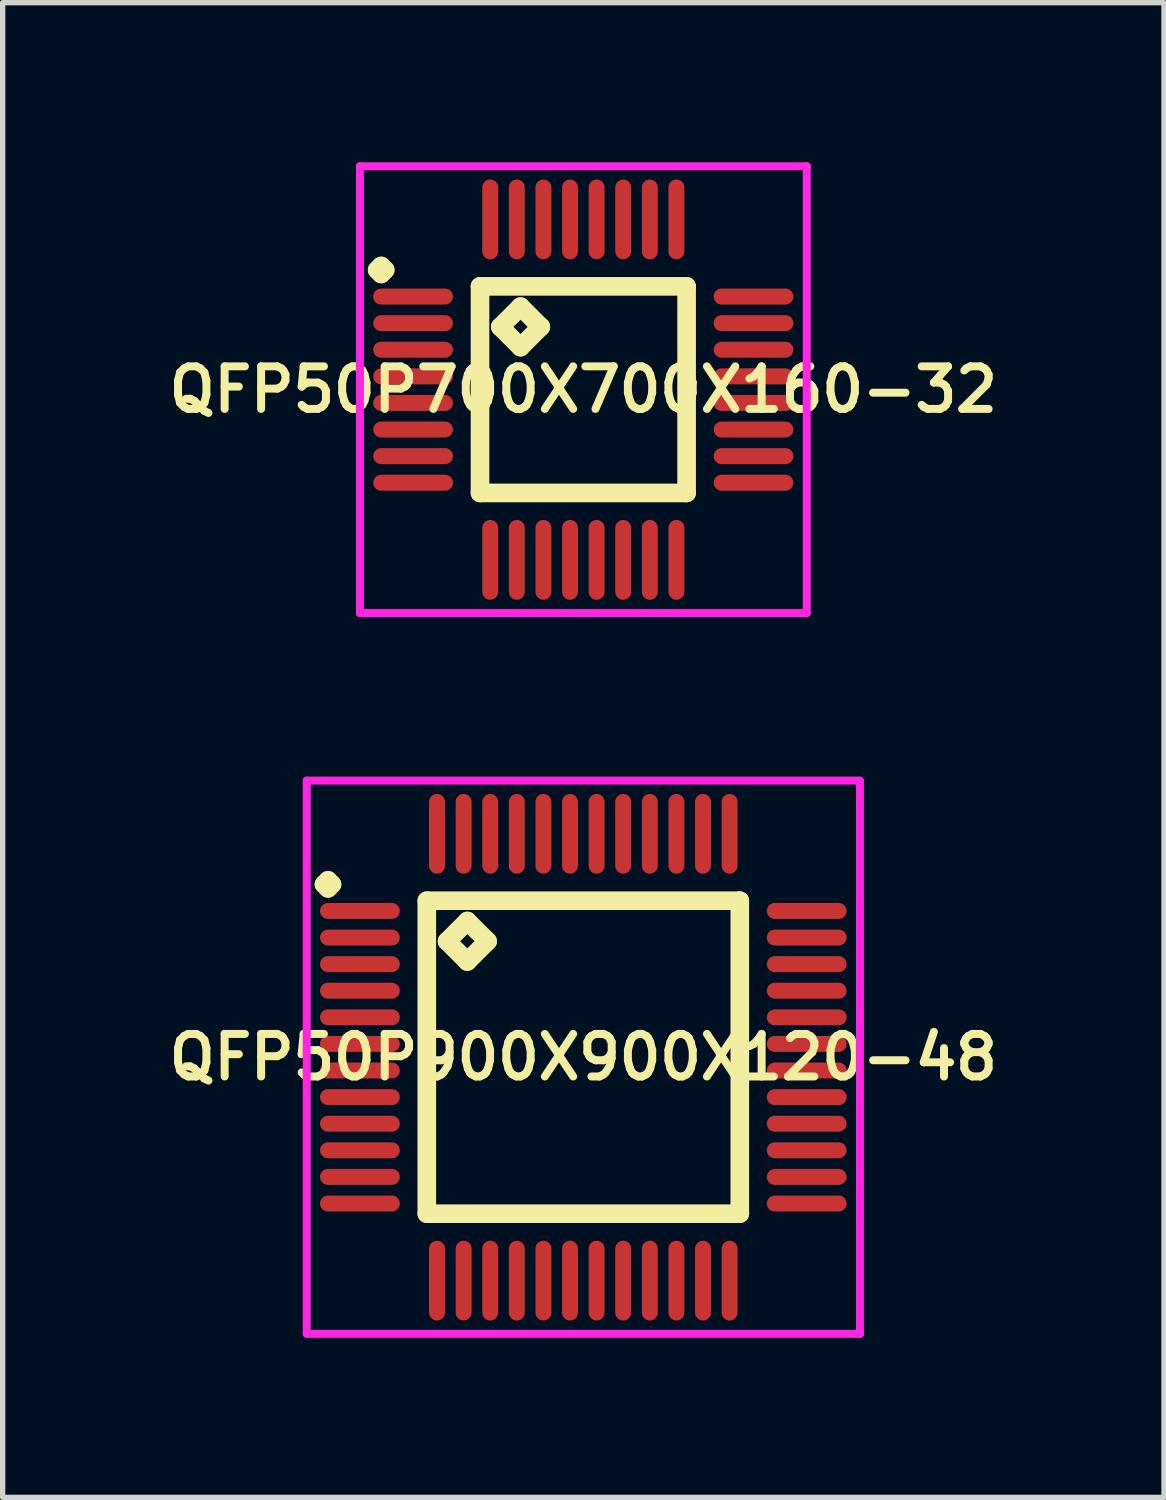
<source format=kicad_pcb>
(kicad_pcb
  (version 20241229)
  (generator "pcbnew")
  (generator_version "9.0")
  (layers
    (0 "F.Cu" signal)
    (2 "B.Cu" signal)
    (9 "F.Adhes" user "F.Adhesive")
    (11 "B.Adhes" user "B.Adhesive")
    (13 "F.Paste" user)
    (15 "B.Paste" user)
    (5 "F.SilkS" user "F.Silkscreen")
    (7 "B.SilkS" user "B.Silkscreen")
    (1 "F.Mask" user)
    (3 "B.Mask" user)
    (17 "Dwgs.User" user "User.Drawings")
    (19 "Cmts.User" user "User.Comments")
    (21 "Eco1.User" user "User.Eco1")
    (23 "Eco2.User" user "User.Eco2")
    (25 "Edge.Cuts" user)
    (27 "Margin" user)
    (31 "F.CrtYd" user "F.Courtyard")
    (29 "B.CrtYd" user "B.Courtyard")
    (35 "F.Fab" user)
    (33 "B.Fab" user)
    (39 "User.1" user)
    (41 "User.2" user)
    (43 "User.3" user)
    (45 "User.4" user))
  (footprint "QFP50P900X900X120-48"
    (layer "F.Cu")
    (at 7.916 16.825)
    (property "Reference" "QFP50P900X900X120-48" (at 0 0 0) (layer "F.SilkS") (effects (font (size 0.8 0.8) (thickness 0.15))))
    (attr smd)
    (fp_line (start -4.875 -3.25) (end -4.8 -3.325) (stroke (width 0.35) (type solid)) (layer "F.SilkS"))
    (fp_line (start -4.8 -3.325) (end -4.725 -3.25) (stroke (width 0.35) (type solid)) (layer "F.SilkS"))
    (fp_line (start -4.8 -3.175) (end -4.875 -3.25) (stroke (width 0.35) (type solid)) (layer "F.SilkS"))
    (fp_line (start -4.725 -3.25) (end -4.8 -3.175) (stroke (width 0.35) (type solid)) (layer "F.SilkS"))
    (fp_line (start -2.942 -2.942) (end -2.942 2.942) (stroke (width 0.35) (type solid)) (layer "F.SilkS"))
    (fp_line (start -2.942 2.942) (end 2.942 2.942) (stroke (width 0.35) (type solid)) (layer "F.SilkS"))
    (fp_line (start -2.561 -2.18) (end -2.18 -2.561) (stroke (width 0.35) (type solid)) (layer "F.SilkS"))
    (fp_line (start -2.18 -2.561) (end -1.799 -2.18) (stroke (width 0.35) (type solid)) (layer "F.SilkS"))
    (fp_line (start -2.18 -1.799) (end -2.561 -2.18) (stroke (width 0.35) (type solid)) (layer "F.SilkS"))
    (fp_line (start -1.799 -2.18) (end -2.18 -1.799) (stroke (width 0.35) (type solid)) (layer "F.SilkS"))
    (fp_line (start 2.942 -2.942) (end -2.942 -2.942) (stroke (width 0.35) (type solid)) (layer "F.SilkS"))
    (fp_line (start 2.942 2.942) (end 2.942 -2.942) (stroke (width 0.35) (type solid)) (layer "F.SilkS"))
    (fp_line (start -5.2 -5.2) (end 5.2 -5.2) (stroke (width 0.15) (type solid)) (layer "F.CrtYd"))
    (fp_line (start -5.2 5.2) (end -5.2 -5.2) (stroke (width 0.15) (type solid)) (layer "F.CrtYd"))
    (fp_line (start 5.2 -5.2) (end 5.2 5.2) (stroke (width 0.15) (type solid)) (layer "F.CrtYd"))
    (fp_line (start 5.2 5.2) (end -5.2 5.2) (stroke (width 0.15) (type solid)) (layer "F.CrtYd"))
    (pad "1" smd oval (at -4.2 -2.75) (size 1.5 0.3) (layers "F.Cu" "F.Mask" "F.Paste"))
    (pad "2" smd oval (at -4.2 -2.25) (size 1.5 0.3) (layers "F.Cu" "F.Mask" "F.Paste"))
    (pad "3" smd oval (at -4.2 -1.75) (size 1.5 0.3) (layers "F.Cu" "F.Mask" "F.Paste"))
    (pad "4" smd oval (at -4.2 -1.25) (size 1.5 0.3) (layers "F.Cu" "F.Mask" "F.Paste"))
    (pad "5" smd oval (at -4.2 -0.75) (size 1.5 0.3) (layers "F.Cu" "F.Mask" "F.Paste"))
    (pad "6" smd oval (at -4.2 -0.25) (size 1.5 0.3) (layers "F.Cu" "F.Mask" "F.Paste"))
    (pad "7" smd oval (at -4.2 0.25) (size 1.5 0.3) (layers "F.Cu" "F.Mask" "F.Paste"))
    (pad "8" smd oval (at -4.2 0.75) (size 1.5 0.3) (layers "F.Cu" "F.Mask" "F.Paste"))
    (pad "9" smd oval (at -4.2 1.25) (size 1.5 0.3) (layers "F.Cu" "F.Mask" "F.Paste"))
    (pad "10" smd oval (at -4.2 1.75) (size 1.5 0.3) (layers "F.Cu" "F.Mask" "F.Paste"))
    (pad "11" smd oval (at -4.2 2.25) (size 1.5 0.3) (layers "F.Cu" "F.Mask" "F.Paste"))
    (pad "12" smd oval (at -4.2 2.75) (size 1.5 0.3) (layers "F.Cu" "F.Mask" "F.Paste"))
    (pad "13" smd oval (at -2.75 4.2) (size 0.3 1.5) (layers "F.Cu" "F.Mask" "F.Paste"))
    (pad "14" smd oval (at -2.25 4.2) (size 0.3 1.5) (layers "F.Cu" "F.Mask" "F.Paste"))
    (pad "15" smd oval (at -1.75 4.2) (size 0.3 1.5) (layers "F.Cu" "F.Mask" "F.Paste"))
    (pad "16" smd oval (at -1.25 4.2) (size 0.3 1.5) (layers "F.Cu" "F.Mask" "F.Paste"))
    (pad "17" smd oval (at -0.75 4.2) (size 0.3 1.5) (layers "F.Cu" "F.Mask" "F.Paste"))
    (pad "18" smd oval (at -0.25 4.2) (size 0.3 1.5) (layers "F.Cu" "F.Mask" "F.Paste"))
    (pad "19" smd oval (at 0.25 4.2) (size 0.3 1.5) (layers "F.Cu" "F.Mask" "F.Paste"))
    (pad "20" smd oval (at 0.75 4.2) (size 0.3 1.5) (layers "F.Cu" "F.Mask" "F.Paste"))
    (pad "21" smd oval (at 1.25 4.2) (size 0.3 1.5) (layers "F.Cu" "F.Mask" "F.Paste"))
    (pad "22" smd oval (at 1.75 4.2) (size 0.3 1.5) (layers "F.Cu" "F.Mask" "F.Paste"))
    (pad "23" smd oval (at 2.25 4.2) (size 0.3 1.5) (layers "F.Cu" "F.Mask" "F.Paste"))
    (pad "24" smd oval (at 2.75 4.2) (size 0.3 1.5) (layers "F.Cu" "F.Mask" "F.Paste"))
    (pad "25" smd oval (at 4.2 2.75) (size 1.5 0.3) (layers "F.Cu" "F.Mask" "F.Paste"))
    (pad "26" smd oval (at 4.2 2.25) (size 1.5 0.3) (layers "F.Cu" "F.Mask" "F.Paste"))
    (pad "27" smd oval (at 4.2 1.75) (size 1.5 0.3) (layers "F.Cu" "F.Mask" "F.Paste"))
    (pad "28" smd oval (at 4.2 1.25) (size 1.5 0.3) (layers "F.Cu" "F.Mask" "F.Paste"))
    (pad "29" smd oval (at 4.2 0.75) (size 1.5 0.3) (layers "F.Cu" "F.Mask" "F.Paste"))
    (pad "30" smd oval (at 4.2 0.25) (size 1.5 0.3) (layers "F.Cu" "F.Mask" "F.Paste"))
    (pad "31" smd oval (at 4.2 -0.25) (size 1.5 0.3) (layers "F.Cu" "F.Mask" "F.Paste"))
    (pad "32" smd oval (at 4.2 -0.75) (size 1.5 0.3) (layers "F.Cu" "F.Mask" "F.Paste"))
    (pad "33" smd oval (at 4.2 -1.25) (size 1.5 0.3) (layers "F.Cu" "F.Mask" "F.Paste"))
    (pad "34" smd oval (at 4.2 -1.75) (size 1.5 0.3) (layers "F.Cu" "F.Mask" "F.Paste"))
    (pad "35" smd oval (at 4.2 -2.25) (size 1.5 0.3) (layers "F.Cu" "F.Mask" "F.Paste"))
    (pad "36" smd oval (at 4.2 -2.75) (size 1.5 0.3) (layers "F.Cu" "F.Mask" "F.Paste"))
    (pad "37" smd oval (at 2.75 -4.2) (size 0.3 1.5) (layers "F.Cu" "F.Mask" "F.Paste"))
    (pad "38" smd oval (at 2.25 -4.2) (size 0.3 1.5) (layers "F.Cu" "F.Mask" "F.Paste"))
    (pad "39" smd oval (at 1.75 -4.2) (size 0.3 1.5) (layers "F.Cu" "F.Mask" "F.Paste"))
    (pad "40" smd oval (at 1.25 -4.2) (size 0.3 1.5) (layers "F.Cu" "F.Mask" "F.Paste"))
    (pad "41" smd oval (at 0.75 -4.2) (size 0.3 1.5) (layers "F.Cu" "F.Mask" "F.Paste"))
    (pad "42" smd oval (at 0.25 -4.2) (size 0.3 1.5) (layers "F.Cu" "F.Mask" "F.Paste"))
    (pad "43" smd oval (at -0.25 -4.2) (size 0.3 1.5) (layers "F.Cu" "F.Mask" "F.Paste"))
    (pad "44" smd oval (at -0.75 -4.2) (size 0.3 1.5) (layers "F.Cu" "F.Mask" "F.Paste"))
    (pad "45" smd oval (at -1.25 -4.2) (size 0.3 1.5) (layers "F.Cu" "F.Mask" "F.Paste"))
    (pad "46" smd oval (at -1.75 -4.2) (size 0.3 1.5) (layers "F.Cu" "F.Mask" "F.Paste"))
    (pad "47" smd oval (at -2.25 -4.2) (size 0.3 1.5) (layers "F.Cu" "F.Mask" "F.Paste"))
    (pad "48" smd oval (at -2.75 -4.2) (size 0.3 1.5) (layers "F.Cu" "F.Mask" "F.Paste")))
  (footprint "QFP50P700X700X160-32"
    (layer "F.Cu")
    (at 7.916 4.275)
    (property "Reference" "QFP50P700X700X160-32" (at 0 0 0) (layer "F.SilkS") (effects (font (size 0.8 0.8) (thickness 0.15))))
    (attr smd)
    (fp_line (start -3.875 -2.25) (end -3.8 -2.325) (stroke (width 0.35) (type solid)) (layer "F.SilkS"))
    (fp_line (start -3.8 -2.325) (end -3.725 -2.25) (stroke (width 0.35) (type solid)) (layer "F.SilkS"))
    (fp_line (start -3.8 -2.175) (end -3.875 -2.25) (stroke (width 0.35) (type solid)) (layer "F.SilkS"))
    (fp_line (start -3.725 -2.25) (end -3.8 -2.175) (stroke (width 0.35) (type solid)) (layer "F.SilkS"))
    (fp_line (start -1.942 -1.942) (end -1.942 1.942) (stroke (width 0.35) (type solid)) (layer "F.SilkS"))
    (fp_line (start -1.942 1.942) (end 1.942 1.942) (stroke (width 0.35) (type solid)) (layer "F.SilkS"))
    (fp_line (start -1.561 -1.18) (end -1.18 -1.561) (stroke (width 0.35) (type solid)) (layer "F.SilkS"))
    (fp_line (start -1.18 -1.561) (end -0.799 -1.18) (stroke (width 0.35) (type solid)) (layer "F.SilkS"))
    (fp_line (start -1.18 -0.799) (end -1.561 -1.18) (stroke (width 0.35) (type solid)) (layer "F.SilkS"))
    (fp_line (start -0.799 -1.18) (end -1.18 -0.799) (stroke (width 0.35) (type solid)) (layer "F.SilkS"))
    (fp_line (start 1.942 -1.942) (end -1.942 -1.942) (stroke (width 0.35) (type solid)) (layer "F.SilkS"))
    (fp_line (start 1.942 1.942) (end 1.942 -1.942) (stroke (width 0.35) (type solid)) (layer "F.SilkS"))
    (fp_line (start -4.2 -4.2) (end 4.2 -4.2) (stroke (width 0.15) (type solid)) (layer "F.CrtYd"))
    (fp_line (start -4.2 4.2) (end -4.2 -4.2) (stroke (width 0.15) (type solid)) (layer "F.CrtYd"))
    (fp_line (start 4.2 -4.2) (end 4.2 4.2) (stroke (width 0.15) (type solid)) (layer "F.CrtYd"))
    (fp_line (start 4.2 4.2) (end -4.2 4.2) (stroke (width 0.15) (type solid)) (layer "F.CrtYd"))
    (pad "1" smd oval (at -3.2 -1.75) (size 1.5 0.3) (layers "F.Cu" "F.Mask" "F.Paste"))
    (pad "2" smd oval (at -3.2 -1.25) (size 1.5 0.3) (layers "F.Cu" "F.Mask" "F.Paste"))
    (pad "3" smd oval (at -3.2 -0.75) (size 1.5 0.3) (layers "F.Cu" "F.Mask" "F.Paste"))
    (pad "4" smd oval (at -3.2 -0.25) (size 1.5 0.3) (layers "F.Cu" "F.Mask" "F.Paste"))
    (pad "5" smd oval (at -3.2 0.25) (size 1.5 0.3) (layers "F.Cu" "F.Mask" "F.Paste"))
    (pad "6" smd oval (at -3.2 0.75) (size 1.5 0.3) (layers "F.Cu" "F.Mask" "F.Paste"))
    (pad "7" smd oval (at -3.2 1.25) (size 1.5 0.3) (layers "F.Cu" "F.Mask" "F.Paste"))
    (pad "8" smd oval (at -3.2 1.75) (size 1.5 0.3) (layers "F.Cu" "F.Mask" "F.Paste"))
    (pad "9" smd oval (at -1.75 3.2) (size 0.3 1.5) (layers "F.Cu" "F.Mask" "F.Paste"))
    (pad "10" smd oval (at -1.25 3.2) (size 0.3 1.5) (layers "F.Cu" "F.Mask" "F.Paste"))
    (pad "11" smd oval (at -0.75 3.2) (size 0.3 1.5) (layers "F.Cu" "F.Mask" "F.Paste"))
    (pad "12" smd oval (at -0.25 3.2) (size 0.3 1.5) (layers "F.Cu" "F.Mask" "F.Paste"))
    (pad "13" smd oval (at 0.25 3.2) (size 0.3 1.5) (layers "F.Cu" "F.Mask" "F.Paste"))
    (pad "14" smd oval (at 0.75 3.2) (size 0.3 1.5) (layers "F.Cu" "F.Mask" "F.Paste"))
    (pad "15" smd oval (at 1.25 3.2) (size 0.3 1.5) (layers "F.Cu" "F.Mask" "F.Paste"))
    (pad "16" smd oval (at 1.75 3.2) (size 0.3 1.5) (layers "F.Cu" "F.Mask" "F.Paste"))
    (pad "17" smd oval (at 3.2 1.75) (size 1.5 0.3) (layers "F.Cu" "F.Mask" "F.Paste"))
    (pad "18" smd oval (at 3.2 1.25) (size 1.5 0.3) (layers "F.Cu" "F.Mask" "F.Paste"))
    (pad "19" smd oval (at 3.2 0.75) (size 1.5 0.3) (layers "F.Cu" "F.Mask" "F.Paste"))
    (pad "20" smd oval (at 3.2 0.25) (size 1.5 0.3) (layers "F.Cu" "F.Mask" "F.Paste"))
    (pad "21" smd oval (at 3.2 -0.25) (size 1.5 0.3) (layers "F.Cu" "F.Mask" "F.Paste"))
    (pad "22" smd oval (at 3.2 -0.75) (size 1.5 0.3) (layers "F.Cu" "F.Mask" "F.Paste"))
    (pad "23" smd oval (at 3.2 -1.25) (size 1.5 0.3) (layers "F.Cu" "F.Mask" "F.Paste"))
    (pad "24" smd oval (at 3.2 -1.75) (size 1.5 0.3) (layers "F.Cu" "F.Mask" "F.Paste"))
    (pad "25" smd oval (at 1.75 -3.2) (size 0.3 1.5) (layers "F.Cu" "F.Mask" "F.Paste"))
    (pad "26" smd oval (at 1.25 -3.2) (size 0.3 1.5) (layers "F.Cu" "F.Mask" "F.Paste"))
    (pad "27" smd oval (at 0.75 -3.2) (size 0.3 1.5) (layers "F.Cu" "F.Mask" "F.Paste"))
    (pad "28" smd oval (at 0.25 -3.2) (size 0.3 1.5) (layers "F.Cu" "F.Mask" "F.Paste"))
    (pad "29" smd oval (at -0.25 -3.2) (size 0.3 1.5) (layers "F.Cu" "F.Mask" "F.Paste"))
    (pad "30" smd oval (at -0.75 -3.2) (size 0.3 1.5) (layers "F.Cu" "F.Mask" "F.Paste"))
    (pad "31" smd oval (at -1.25 -3.2) (size 0.3 1.5) (layers "F.Cu" "F.Mask" "F.Paste"))
    (pad "32" smd oval (at -1.75 -3.2) (size 0.3 1.5) (layers "F.Cu" "F.Mask" "F.Paste")))
  (gr_rect
    (start -3 -3)
    (end 18.833 25.1)
    (stroke (width 0.1) (type default))
    (fill no)
    (layer "Edge.Cuts")))
</source>
